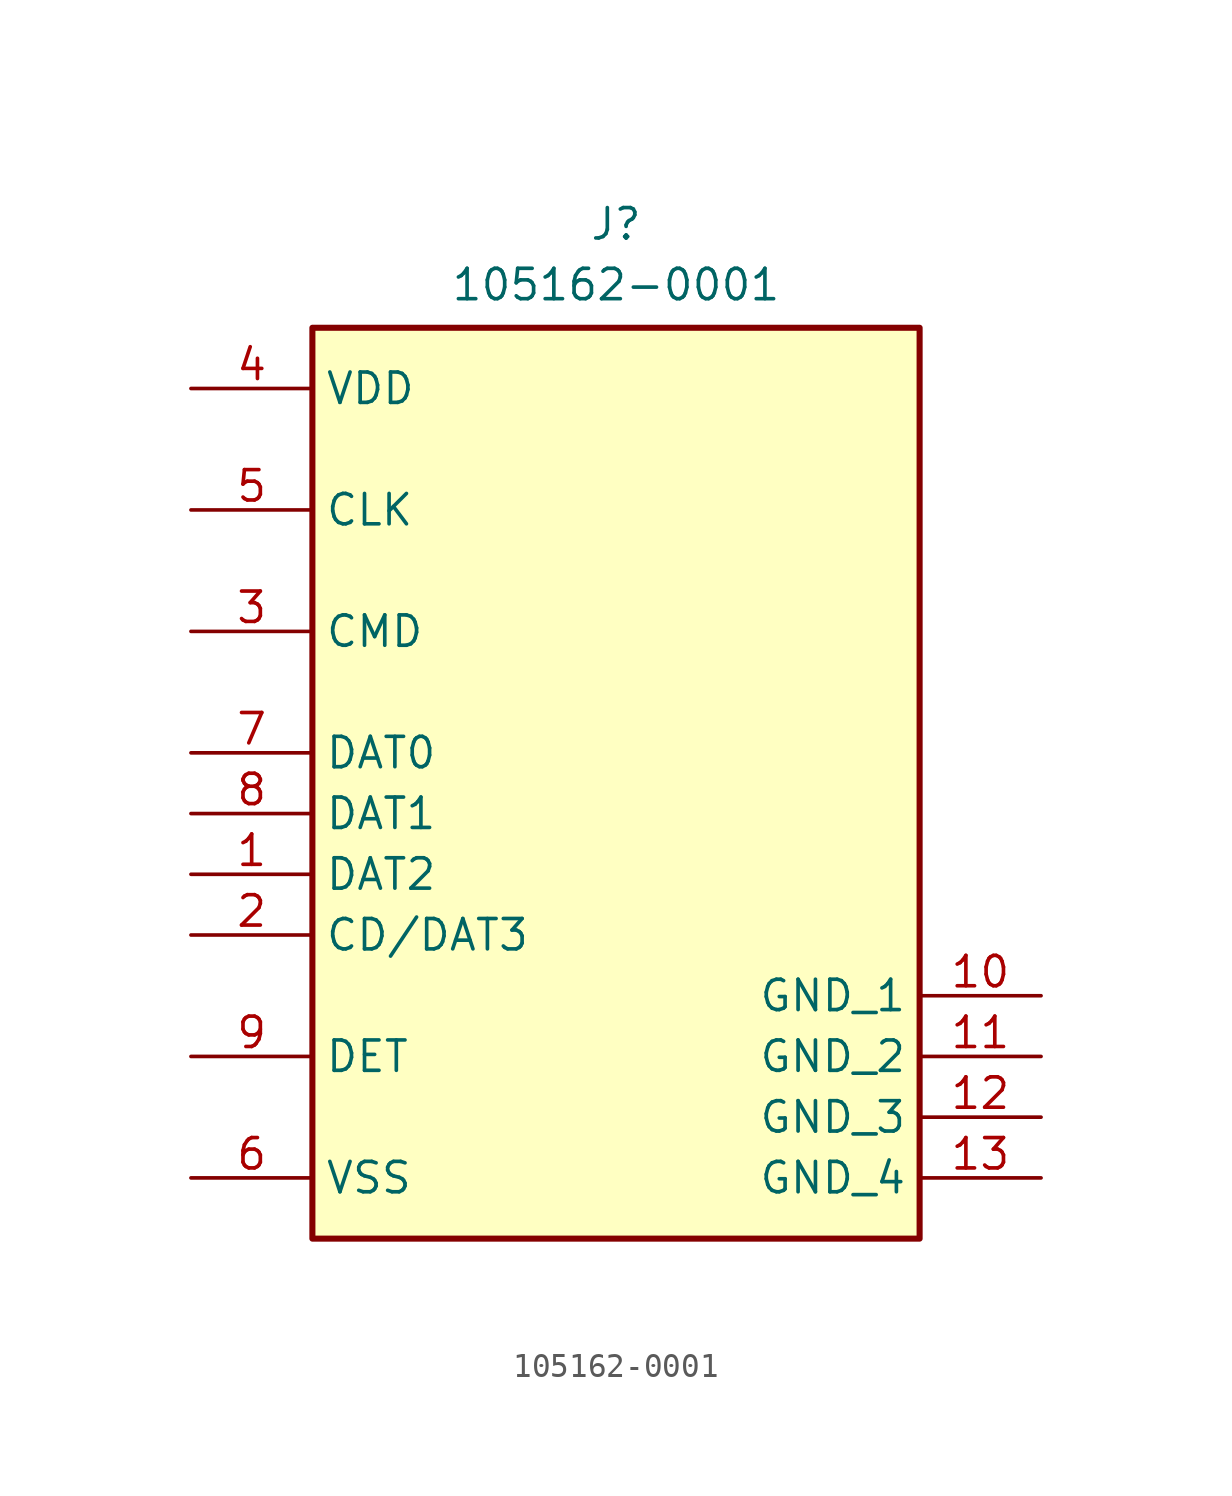
<source format=kicad_sym>
(kicad_symbol_lib
  (version 20220914)
  (generator kicad_symbol_editor)
  (symbol "105162-0001"
    (property "Reference" "J"
      (at 0 22.86 0)
      (effects (font (size 1.27 1.27)) (justify top)))
    (property "Value" "105162-0001"
      (at 0 20.32 0)
      (effects (font (size 1.27 1.27)) (justify top)))
    (symbol "105162-0001_1_1"
      (rectangle (start -12.7 17.78) (end 12.7 -20.32) (stroke (width 0.254) (type default)) (fill (type background)))
      (pin passive line (at -17.78 -5.08 0) (length 5.08) (name "DAT2" (effects (font (size 1.27 1.27)))) (number "1" (effects (font (size 1.27 1.27)))))
      (pin passive line (at 17.78 -10.16 180) (length 5.08) (name "GND_1" (effects (font (size 1.27 1.27)))) (number "10" (effects (font (size 1.27 1.27)))))
      (pin passive line (at 17.78 -12.7 180) (length 5.08) (name "GND_2" (effects (font (size 1.27 1.27)))) (number "11" (effects (font (size 1.27 1.27)))))
      (pin passive line (at 17.78 -15.24 180) (length 5.08) (name "GND_3" (effects (font (size 1.27 1.27)))) (number "12" (effects (font (size 1.27 1.27)))))
      (pin passive line (at 17.78 -17.78 180) (length 5.08) (name "GND_4" (effects (font (size 1.27 1.27)))) (number "13" (effects (font (size 1.27 1.27)))))
      (pin passive line (at -17.78 -7.62 0) (length 5.08) (name "CD/DAT3" (effects (font (size 1.27 1.27)))) (number "2" (effects (font (size 1.27 1.27)))))
      (pin passive line (at -17.78 5.08 0) (length 5.08) (name "CMD" (effects (font (size 1.27 1.27)))) (number "3" (effects (font (size 1.27 1.27)))))
      (pin passive line (at -17.78 15.24 0) (length 5.08) (name "VDD" (effects (font (size 1.27 1.27)))) (number "4" (effects (font (size 1.27 1.27)))))
      (pin passive line (at -17.78 10.16 0) (length 5.08) (name "CLK" (effects (font (size 1.27 1.27)))) (number "5" (effects (font (size 1.27 1.27)))))
      (pin passive line (at -17.78 -17.78 0) (length 5.08) (name "VSS" (effects (font (size 1.27 1.27)))) (number "6" (effects (font (size 1.27 1.27)))))
      (pin passive line (at -17.78 0 0) (length 5.08) (name "DAT0" (effects (font (size 1.27 1.27)))) (number "7" (effects (font (size 1.27 1.27)))))
      (pin passive line (at -17.78 -2.54 0) (length 5.08) (name "DAT1" (effects (font (size 1.27 1.27)))) (number "8" (effects (font (size 1.27 1.27)))))
      (pin passive line (at -17.78 -12.7 0) (length 5.08) (name "DET" (effects (font (size 1.27 1.27)))) (number "9" (effects (font (size 1.27 1.27))))))))
</source>
